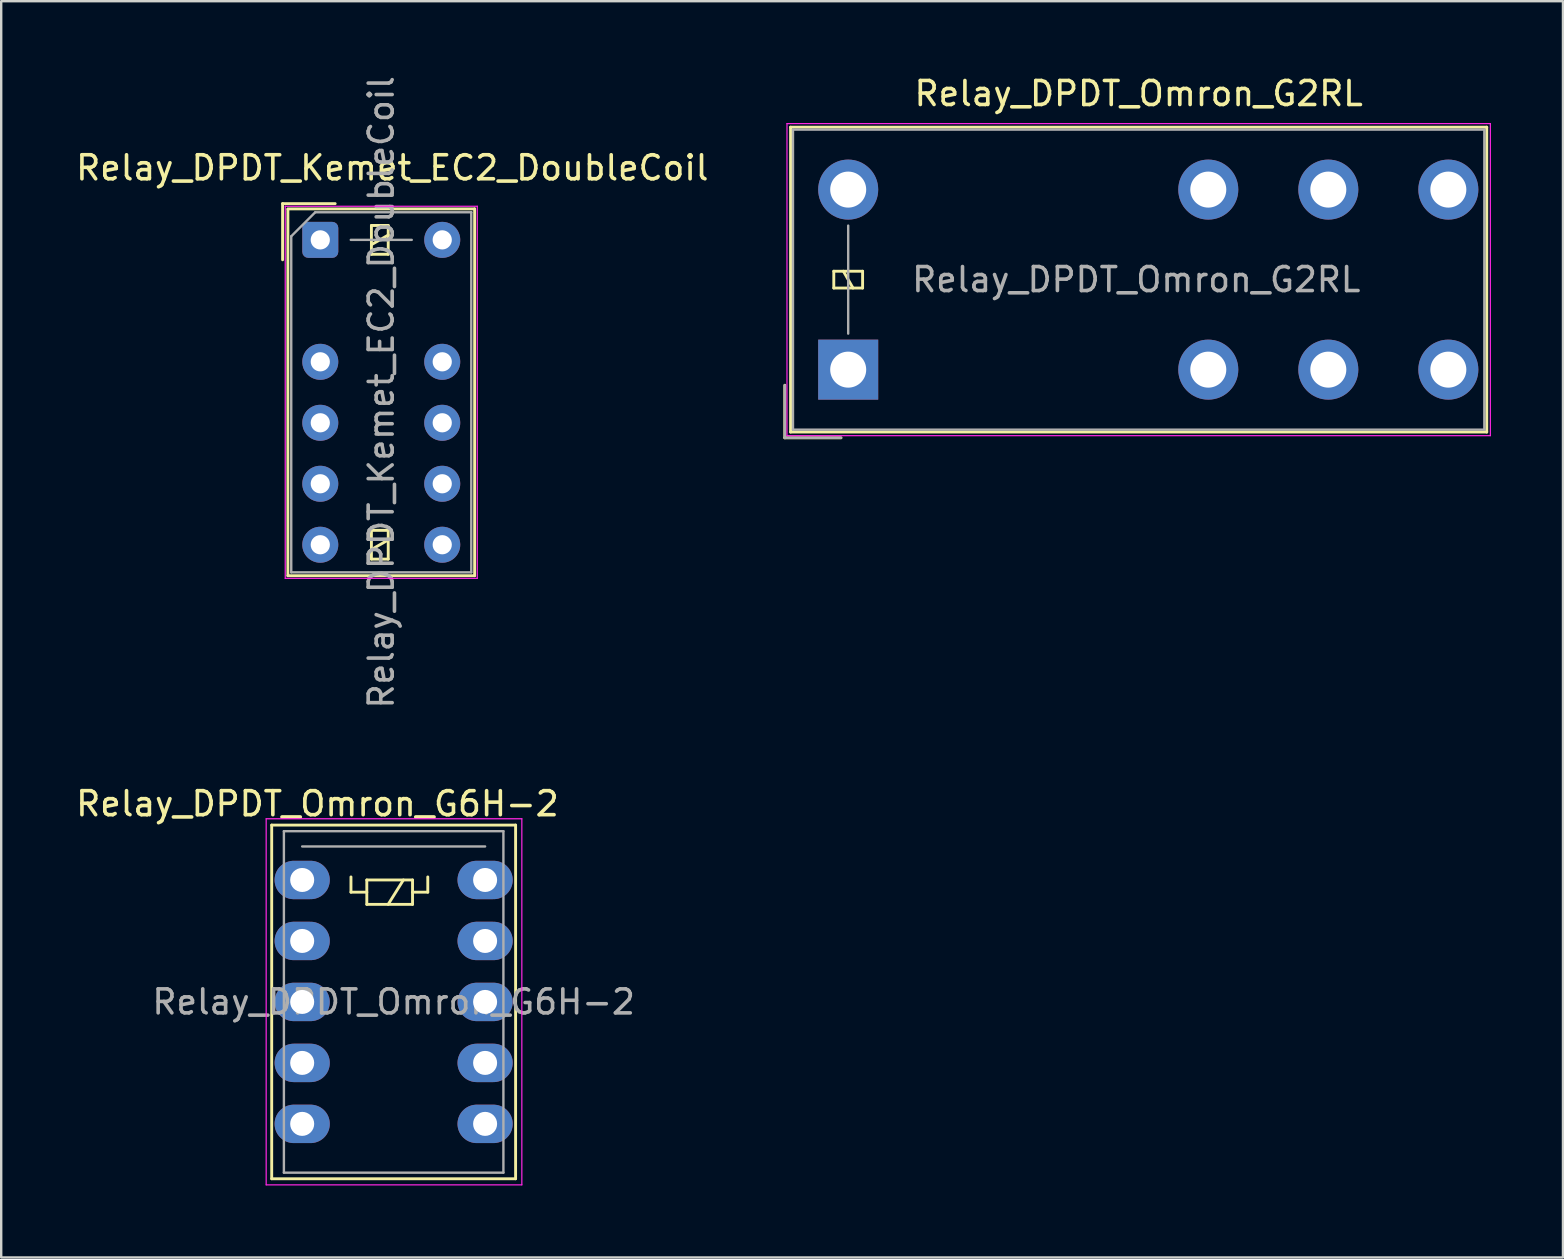
<source format=kicad_pcb>
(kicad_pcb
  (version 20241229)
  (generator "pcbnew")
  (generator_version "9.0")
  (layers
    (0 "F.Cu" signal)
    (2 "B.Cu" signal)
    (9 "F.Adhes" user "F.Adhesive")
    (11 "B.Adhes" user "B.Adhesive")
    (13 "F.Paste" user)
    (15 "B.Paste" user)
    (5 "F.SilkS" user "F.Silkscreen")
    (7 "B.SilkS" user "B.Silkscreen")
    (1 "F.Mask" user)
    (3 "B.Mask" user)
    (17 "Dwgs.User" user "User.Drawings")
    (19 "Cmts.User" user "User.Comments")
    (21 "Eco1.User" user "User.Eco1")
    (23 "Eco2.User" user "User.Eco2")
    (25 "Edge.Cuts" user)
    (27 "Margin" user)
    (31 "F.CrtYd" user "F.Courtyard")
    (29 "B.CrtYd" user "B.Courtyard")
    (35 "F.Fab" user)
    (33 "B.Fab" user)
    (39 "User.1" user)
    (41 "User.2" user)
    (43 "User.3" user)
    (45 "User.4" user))
  (footprint "Relay_DPDT_Kemet_EC2_DoubleCoil"
    (layer "F.Cu")
    (at 10.292 6.942)
    (property "Reference" "Relay_DPDT_Kemet_EC2_DoubleCoil" (at 3 -3 180) (layer "F.SilkS") (effects (font (size 1 1) (thickness 0.15))))
    (attr through_hole)
    (fp_line (start -1.57 -1.51) (end 0.62 -1.51) (stroke (width 0.12) (type solid)) (layer "F.SilkS"))
    (fp_line (start -1.57 0.83) (end -1.57 -1.51) (stroke (width 0.12) (type solid)) (layer "F.SilkS"))
    (fp_line (start -1.35 -1.27) (end -1.35 13.99) (stroke (width 0.12) (type solid)) (layer "F.SilkS"))
    (fp_line (start 2.13 -0.6) (end 2.13 0.6) (stroke (width 0.12) (type solid)) (layer "F.SilkS"))
    (fp_line (start 2.13 0.2) (end 2.83 -0.2) (stroke (width 0.12) (type solid)) (layer "F.SilkS"))
    (fp_line (start 2.13 0.6) (end 2.83 0.6) (stroke (width 0.12) (type solid)) (layer "F.SilkS"))
    (fp_line (start 2.13 12.1) (end 2.13 13.3) (stroke (width 0.12) (type solid)) (layer "F.SilkS"))
    (fp_line (start 2.13 12.9) (end 2.83 12.5) (stroke (width 0.12) (type solid)) (layer "F.SilkS"))
    (fp_line (start 2.13 13.3) (end 2.83 13.3) (stroke (width 0.12) (type solid)) (layer "F.SilkS"))
    (fp_line (start 2.83 -0.6) (end 2.13 -0.6) (stroke (width 0.12) (type solid)) (layer "F.SilkS"))
    (fp_line (start 2.83 0.6) (end 2.83 -0.6) (stroke (width 0.12) (type solid)) (layer "F.SilkS"))
    (fp_line (start 2.83 12.1) (end 2.13 12.1) (stroke (width 0.12) (type solid)) (layer "F.SilkS"))
    (fp_line (start 2.83 13.3) (end 2.83 12.1) (stroke (width 0.12) (type solid)) (layer "F.SilkS"))
    (fp_line (start 6.43 -1.29) (end -1.35 -1.29) (stroke (width 0.12) (type solid)) (layer "F.SilkS"))
    (fp_line (start 6.43 -1.29) (end 6.43 13.99) (stroke (width 0.12) (type solid)) (layer "F.SilkS"))
    (fp_line (start 6.43 13.99) (end -1.35 13.99) (stroke (width 0.12) (type solid)) (layer "F.SilkS"))
    (fp_line (start -1.46 -1.4) (end -1.46 14.1) (stroke (width 0.05) (type solid)) (layer "F.CrtYd"))
    (fp_line (start -1.46 14.1) (end 6.54 14.1) (stroke (width 0.05) (type solid)) (layer "F.CrtYd"))
    (fp_line (start 6.54 -1.4) (end -1.46 -1.4) (stroke (width 0.05) (type solid)) (layer "F.CrtYd"))
    (fp_line (start 6.54 -1.4) (end 6.54 14.1) (stroke (width 0.05) (type solid)) (layer "F.CrtYd"))
    (fp_line (start -1.21 -0.15) (end -1.21 13.85) (stroke (width 0.1) (type solid)) (layer "F.Fab"))
    (fp_line (start -1.21 -0.15) (end -0.21 -1.15) (stroke (width 0.1) (type solid)) (layer "F.Fab"))
    (fp_line (start 1.27 0) (end 3.81 0) (stroke (width 0.1) (type solid)) (layer "F.Fab"))
    (fp_line (start 6.29 -1.15) (end -0.21 -1.15) (stroke (width 0.1) (type solid)) (layer "F.Fab"))
    (fp_line (start 6.29 -1.15) (end 6.29 13.85) (stroke (width 0.1) (type solid)) (layer "F.Fab"))
    (fp_line (start 6.29 13.85) (end -1.21 13.85) (stroke (width 0.1) (type solid)) (layer "F.Fab"))
    (fp_text user "${REFERENCE}" (at 2.54 6.35 90) (layer "F.Fab") (effects (font (size 1 1) (thickness 0.15))))
    (pad "1" thru_hole roundrect (at 0 0) (size 1.5 1.5) (drill 0.8) (layers "*.Cu" "*.Mask") (roundrect_rratio 0.167))
    (pad "3" thru_hole circle (at 0 5.08) (size 1.5 1.5) (drill 0.8) (layers "*.Cu" "*.Mask"))
    (pad "4" thru_hole circle (at 0 7.62) (size 1.5 1.5) (drill 0.8) (layers "*.Cu" "*.Mask"))
    (pad "5" thru_hole circle (at 0 10.16) (size 1.5 1.5) (drill 0.8) (layers "*.Cu" "*.Mask"))
    (pad "6" thru_hole circle (at 0 12.7) (size 1.5 1.5) (drill 0.8) (layers "*.Cu" "*.Mask"))
    (pad "7" thru_hole circle (at 5.08 12.7) (size 1.5 1.5) (drill 0.8) (layers "*.Cu" "*.Mask"))
    (pad "8" thru_hole circle (at 5.08 10.16) (size 1.5 1.5) (drill 0.8) (layers "*.Cu" "*.Mask"))
    (pad "9" thru_hole circle (at 5.08 7.62) (size 1.5 1.5) (drill 0.8) (layers "*.Cu" "*.Mask"))
    (pad "10" thru_hole circle (at 5.08 5.08) (size 1.5 1.5) (drill 0.8) (layers "*.Cu" "*.Mask"))
    (pad "12" thru_hole circle (at 5.08 0) (size 1.5 1.5) (drill 0.8) (layers "*.Cu" "*.Mask")))
  (footprint "Relay_DPDT_Omron_G2RL"
    (layer "F.Cu")
    (at 32.283 12.348)
    (property "Reference" "Relay_DPDT_Omron_G2RL" (at 12.1 -11.5 180) (layer "F.SilkS") (effects (font (size 1 1) (thickness 0.15))))
    (attr through_hole)
    (fp_line (start -2.64 2.84) (end -2.64 0.65) (stroke (width 0.12) (type solid)) (layer "F.SilkS"))
    (fp_line (start -2.4 -10.1) (end -2.4 2.6) (stroke (width 0.12) (type solid)) (layer "F.SilkS"))
    (fp_line (start -2.4 2.6) (end 26.6 2.6) (stroke (width 0.12) (type solid)) (layer "F.SilkS"))
    (fp_line (start -0.6 -4.1) (end -0.6 -3.4) (stroke (width 0.12) (type solid)) (layer "F.SilkS"))
    (fp_line (start -0.6 -3.4) (end 0.6 -3.4) (stroke (width 0.12) (type solid)) (layer "F.SilkS"))
    (fp_line (start -0.3 2.84) (end -2.64 2.84) (stroke (width 0.12) (type solid)) (layer "F.SilkS"))
    (fp_line (start 0.2 -3.4) (end -0.2 -4.1) (stroke (width 0.12) (type solid)) (layer "F.SilkS"))
    (fp_line (start 0.6 -4.1) (end -0.6 -4.1) (stroke (width 0.12) (type solid)) (layer "F.SilkS"))
    (fp_line (start 0.6 -3.4) (end 0.6 -4.1) (stroke (width 0.12) (type solid)) (layer "F.SilkS"))
    (fp_line (start 26.6 -10.1) (end -2.4 -10.1) (stroke (width 0.12) (type solid)) (layer "F.SilkS"))
    (fp_line (start 26.6 2.6) (end 26.6 -10.1) (stroke (width 0.12) (type solid)) (layer "F.SilkS"))
    (fp_line (start -2.55 -10.25) (end -2.55 2.75) (stroke (width 0.05) (type solid)) (layer "F.CrtYd"))
    (fp_line (start -2.55 2.75) (end 26.75 2.75) (stroke (width 0.05) (type solid)) (layer "F.CrtYd"))
    (fp_line (start 26.75 -10.25) (end -2.55 -10.25) (stroke (width 0.05) (type solid)) (layer "F.CrtYd"))
    (fp_line (start 26.75 2.75) (end 26.75 -10.25) (stroke (width 0.05) (type solid)) (layer "F.CrtYd"))
    (fp_line (start -2.64 2.84) (end -2.64 0.65) (stroke (width 0.1) (type solid)) (layer "F.Fab"))
    (fp_line (start -2.3 -10) (end -2.3 2.5) (stroke (width 0.1) (type solid)) (layer "F.Fab"))
    (fp_line (start -2.3 2.5) (end 26.5 2.5) (stroke (width 0.1) (type solid)) (layer "F.Fab"))
    (fp_line (start -0.3 2.84) (end -2.64 2.84) (stroke (width 0.1) (type solid)) (layer "F.Fab"))
    (fp_line (start 0 -1.5) (end 0 -6) (stroke (width 0.1) (type solid)) (layer "F.Fab"))
    (fp_line (start 26.5 -10) (end -2.3 -10) (stroke (width 0.1) (type solid)) (layer "F.Fab"))
    (fp_line (start 26.5 2.5) (end 26.5 -10) (stroke (width 0.1) (type solid)) (layer "F.Fab"))
    (fp_text user "${REFERENCE}" (at 12 -3.75 180) (layer "F.Fab") (effects (font (size 1 1) (thickness 0.15))))
    (pad "1" thru_hole rect (at 0 0 90) (size 2.5 2.5) (drill 1.5) (layers "*.Cu" "*.Mask"))
    (pad "2" thru_hole oval (at 15 0 90) (size 2.5 2.5) (drill 1.5) (layers "*.Cu" "*.Mask"))
    (pad "3" thru_hole oval (at 20 0 90) (size 2.5 2.5) (drill 1.5) (layers "*.Cu" "*.Mask"))
    (pad "4" thru_hole oval (at 25 0 90) (size 2.5 2.5) (drill 1.5) (layers "*.Cu" "*.Mask"))
    (pad "5" thru_hole oval (at 25 -7.5 90) (size 2.5 2.5) (drill 1.5) (layers "*.Cu" "*.Mask"))
    (pad "6" thru_hole oval (at 20 -7.5 90) (size 2.5 2.5) (drill 1.5) (layers "*.Cu" "*.Mask"))
    (pad "7" thru_hole oval (at 15 -7.5 90) (size 2.5 2.5) (drill 1.5) (layers "*.Cu" "*.Mask"))
    (pad "8" thru_hole oval (at 0 -7.5 90) (size 2.5 2.5) (drill 1.5) (layers "*.Cu" "*.Mask")))
  (footprint "Relay_DPDT_Omron_G6H-2"
    (layer "F.Cu")
    (at 9.538 33.607)
    (property "Reference" "Relay_DPDT_Omron_G6H-2" (at 0.635 -3.175 0) (layer "F.SilkS") (effects (font (size 1 1) (thickness 0.15))))
    (attr through_hole)
    (fp_line (start -1.27 -2.286) (end 8.89 -2.286) (stroke (width 0.12) (type solid)) (layer "F.SilkS"))
    (fp_line (start -1.27 12.446) (end -1.27 -2.286) (stroke (width 0.12) (type solid)) (layer "F.SilkS"))
    (fp_line (start 2.032 -0.127) (end 2.032 0.508) (stroke (width 0.12) (type solid)) (layer "F.SilkS"))
    (fp_line (start 2.032 0.508) (end 2.692 0.508) (stroke (width 0.12) (type solid)) (layer "F.SilkS"))
    (fp_line (start 2.692 0) (end 2.692 1.016) (stroke (width 0.12) (type solid)) (layer "F.SilkS"))
    (fp_line (start 2.692 1.016) (end 4.597 1.016) (stroke (width 0.12) (type solid)) (layer "F.SilkS"))
    (fp_line (start 4.216 0) (end 3.581 1.016) (stroke (width 0.12) (type solid)) (layer "F.SilkS"))
    (fp_line (start 4.597 0) (end 2.692 0) (stroke (width 0.12) (type solid)) (layer "F.SilkS"))
    (fp_line (start 4.597 0) (end 4.597 1.016) (stroke (width 0.12) (type solid)) (layer "F.SilkS"))
    (fp_line (start 5.232 -0.127) (end 5.232 0.508) (stroke (width 0.12) (type solid)) (layer "F.SilkS"))
    (fp_line (start 5.232 0.508) (end 4.597 0.508) (stroke (width 0.12) (type solid)) (layer "F.SilkS"))
    (fp_line (start 8.89 -2.286) (end 8.89 12.446) (stroke (width 0.12) (type solid)) (layer "F.SilkS"))
    (fp_line (start 8.89 12.446) (end -1.27 12.446) (stroke (width 0.12) (type solid)) (layer "F.SilkS"))
    (fp_line (start -1.5 -2.55) (end 9.15 -2.55) (stroke (width 0.05) (type solid)) (layer "F.CrtYd"))
    (fp_line (start -1.5 12.7) (end -1.5 -2.55) (stroke (width 0.05) (type solid)) (layer "F.CrtYd"))
    (fp_line (start 9.15 -2.55) (end 9.15 12.7) (stroke (width 0.05) (type solid)) (layer "F.CrtYd"))
    (fp_line (start 9.15 12.7) (end -1.5 12.7) (stroke (width 0.05) (type solid)) (layer "F.CrtYd"))
    (fp_line (start -0.762 -2.032) (end 8.382 -2.032) (stroke (width 0.1) (type solid)) (layer "F.Fab"))
    (fp_line (start -0.762 12.192) (end -0.762 -2.032) (stroke (width 0.1) (type solid)) (layer "F.Fab"))
    (fp_line (start 0 -1.397) (end 7.62 -1.397) (stroke (width 0.1) (type solid)) (layer "F.Fab"))
    (fp_line (start 8.382 -2.032) (end 8.382 12.192) (stroke (width 0.1) (type solid)) (layer "F.Fab"))
    (fp_line (start 8.382 12.192) (end -0.762 12.192) (stroke (width 0.1) (type solid)) (layer "F.Fab"))
    (fp_text user "${REFERENCE}" (at 3.81 5.08 0) (layer "F.Fab") (effects (font (size 1 1) (thickness 0.15))))
    (pad "1" thru_hole oval (at 0 0) (size 2.3 1.6) (drill 1) (layers "*.Cu" "*.Mask"))
    (pad "2" thru_hole oval (at 0 2.54) (size 2.3 1.6) (drill 1) (layers "*.Cu" "*.Mask"))
    (pad "3" thru_hole oval (at 0 5.08) (size 2.3 1.6) (drill 1) (layers "*.Cu" "*.Mask"))
    (pad "4" thru_hole oval (at 0 7.62) (size 2.3 1.6) (drill 1) (layers "*.Cu" "*.Mask"))
    (pad "5" thru_hole oval (at 0 10.16) (size 2.3 1.6) (drill 1) (layers "*.Cu" "*.Mask"))
    (pad "6" thru_hole oval (at 7.62 10.16) (size 2.3 1.6) (drill 1) (layers "*.Cu" "*.Mask"))
    (pad "7" thru_hole oval (at 7.62 7.62) (size 2.3 1.6) (drill 1) (layers "*.Cu" "*.Mask"))
    (pad "8" thru_hole oval (at 7.62 5.08) (size 2.3 1.6) (drill 1) (layers "*.Cu" "*.Mask"))
    (pad "9" thru_hole oval (at 7.62 2.54) (size 2.3 1.6) (drill 1) (layers "*.Cu" "*.Mask"))
    (pad "10" thru_hole oval (at 7.62 0) (size 2.3 1.6) (drill 1) (layers "*.Cu" "*.Mask")))
  (gr_rect
    (start -3 -3)
    (end 62.058 49.332)
    (stroke (width 0.1) (type default))
    (fill no)
    (layer "Edge.Cuts")))
</source>
